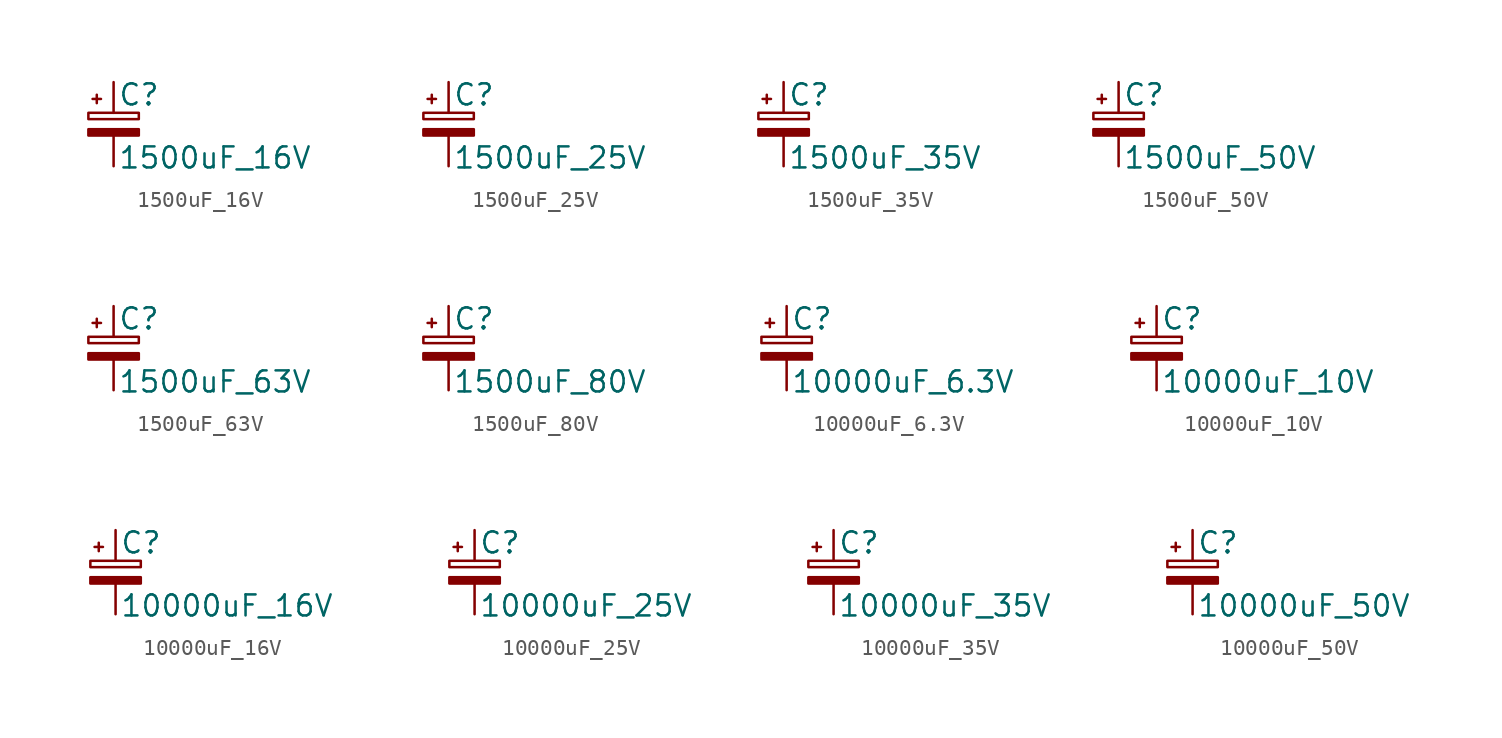
<source format=kicad_sym>
(kicad_symbol_lib
  (version 20211014)
  (generator kicad_symbol_editor)
  (symbol "1500uF_16V"
    (pin_numbers hide)
    (pin_names
      (offset 0.254) hide)
    (property "Reference" "C"
      (at 0.254 1.778 0)
      (effects (font (size 1.27 1.27)) (justify left)))
    (property "Value" "1500uF_16V"
      (at 0.254 -2.032 0)
      (effects (font (size 1.27 1.27)) (justify left)))
    (symbol "1500uF_16V_0_1"
      (rectangle (start -1.524 -0.305) (end 1.524 -0.686) (stroke (width 0) (type default) (color 0 0 0 0)) (fill (type outline)))
      (rectangle (start -1.524 0.686) (end 1.524 0.305) (stroke (width 0) (type default) (color 0 0 0 0)) (fill (type none)))
      (polyline (pts (xy -1.27 1.524) (xy -0.762 1.524)) (stroke (width 0) (type default) (color 0 0 0 0)) (fill (type none)))
      (polyline (pts (xy -1.016 1.27) (xy -1.016 1.778)) (stroke (width 0) (type default) (color 0 0 0 0)) (fill (type none))))
    (symbol "1500uF_16V_1_1"
      (pin passive line (at 0 2.54 270) (length 1.854) (name "~" (effects (font (size 1.27 1.27)))) (number "1" (effects (font (size 1.27 1.27)))))
      (pin passive line (at 0 -2.54 90) (length 1.854) (name "~" (effects (font (size 1.27 1.27)))) (number "2" (effects (font (size 1.27 1.27)))))))
  (symbol "1500uF_25V"
    (pin_numbers hide)
    (pin_names
      (offset 0.254) hide)
    (property "Reference" "C"
      (at 0.254 1.778 0)
      (effects (font (size 1.27 1.27)) (justify left)))
    (property "Value" "1500uF_25V"
      (at 0.254 -2.032 0)
      (effects (font (size 1.27 1.27)) (justify left)))
    (symbol "1500uF_25V_0_1"
      (rectangle (start -1.524 -0.305) (end 1.524 -0.686) (stroke (width 0) (type default) (color 0 0 0 0)) (fill (type outline)))
      (rectangle (start -1.524 0.686) (end 1.524 0.305) (stroke (width 0) (type default) (color 0 0 0 0)) (fill (type none)))
      (polyline (pts (xy -1.27 1.524) (xy -0.762 1.524)) (stroke (width 0) (type default) (color 0 0 0 0)) (fill (type none)))
      (polyline (pts (xy -1.016 1.27) (xy -1.016 1.778)) (stroke (width 0) (type default) (color 0 0 0 0)) (fill (type none))))
    (symbol "1500uF_25V_1_1"
      (pin passive line (at 0 2.54 270) (length 1.854) (name "~" (effects (font (size 1.27 1.27)))) (number "1" (effects (font (size 1.27 1.27)))))
      (pin passive line (at 0 -2.54 90) (length 1.854) (name "~" (effects (font (size 1.27 1.27)))) (number "2" (effects (font (size 1.27 1.27)))))))
  (symbol "1500uF_35V"
    (pin_numbers hide)
    (pin_names
      (offset 0.254) hide)
    (property "Reference" "C"
      (at 0.254 1.778 0)
      (effects (font (size 1.27 1.27)) (justify left)))
    (property "Value" "1500uF_35V"
      (at 0.254 -2.032 0)
      (effects (font (size 1.27 1.27)) (justify left)))
    (symbol "1500uF_35V_0_1"
      (rectangle (start -1.524 -0.305) (end 1.524 -0.686) (stroke (width 0) (type default) (color 0 0 0 0)) (fill (type outline)))
      (rectangle (start -1.524 0.686) (end 1.524 0.305) (stroke (width 0) (type default) (color 0 0 0 0)) (fill (type none)))
      (polyline (pts (xy -1.27 1.524) (xy -0.762 1.524)) (stroke (width 0) (type default) (color 0 0 0 0)) (fill (type none)))
      (polyline (pts (xy -1.016 1.27) (xy -1.016 1.778)) (stroke (width 0) (type default) (color 0 0 0 0)) (fill (type none))))
    (symbol "1500uF_35V_1_1"
      (pin passive line (at 0 2.54 270) (length 1.854) (name "~" (effects (font (size 1.27 1.27)))) (number "1" (effects (font (size 1.27 1.27)))))
      (pin passive line (at 0 -2.54 90) (length 1.854) (name "~" (effects (font (size 1.27 1.27)))) (number "2" (effects (font (size 1.27 1.27)))))))
  (symbol "1500uF_50V"
    (pin_numbers hide)
    (pin_names
      (offset 0.254) hide)
    (property "Reference" "C"
      (at 0.254 1.778 0)
      (effects (font (size 1.27 1.27)) (justify left)))
    (property "Value" "1500uF_50V"
      (at 0.254 -2.032 0)
      (effects (font (size 1.27 1.27)) (justify left)))
    (symbol "1500uF_50V_0_1"
      (rectangle (start -1.524 -0.305) (end 1.524 -0.686) (stroke (width 0) (type default) (color 0 0 0 0)) (fill (type outline)))
      (rectangle (start -1.524 0.686) (end 1.524 0.305) (stroke (width 0) (type default) (color 0 0 0 0)) (fill (type none)))
      (polyline (pts (xy -1.27 1.524) (xy -0.762 1.524)) (stroke (width 0) (type default) (color 0 0 0 0)) (fill (type none)))
      (polyline (pts (xy -1.016 1.27) (xy -1.016 1.778)) (stroke (width 0) (type default) (color 0 0 0 0)) (fill (type none))))
    (symbol "1500uF_50V_1_1"
      (pin passive line (at 0 2.54 270) (length 1.854) (name "~" (effects (font (size 1.27 1.27)))) (number "1" (effects (font (size 1.27 1.27)))))
      (pin passive line (at 0 -2.54 90) (length 1.854) (name "~" (effects (font (size 1.27 1.27)))) (number "2" (effects (font (size 1.27 1.27)))))))
  (symbol "1500uF_63V"
    (pin_numbers hide)
    (pin_names
      (offset 0.254) hide)
    (property "Reference" "C"
      (at 0.254 1.778 0)
      (effects (font (size 1.27 1.27)) (justify left)))
    (property "Value" "1500uF_63V"
      (at 0.254 -2.032 0)
      (effects (font (size 1.27 1.27)) (justify left)))
    (symbol "1500uF_63V_0_1"
      (rectangle (start -1.524 -0.305) (end 1.524 -0.686) (stroke (width 0) (type default) (color 0 0 0 0)) (fill (type outline)))
      (rectangle (start -1.524 0.686) (end 1.524 0.305) (stroke (width 0) (type default) (color 0 0 0 0)) (fill (type none)))
      (polyline (pts (xy -1.27 1.524) (xy -0.762 1.524)) (stroke (width 0) (type default) (color 0 0 0 0)) (fill (type none)))
      (polyline (pts (xy -1.016 1.27) (xy -1.016 1.778)) (stroke (width 0) (type default) (color 0 0 0 0)) (fill (type none))))
    (symbol "1500uF_63V_1_1"
      (pin passive line (at 0 2.54 270) (length 1.854) (name "~" (effects (font (size 1.27 1.27)))) (number "1" (effects (font (size 1.27 1.27)))))
      (pin passive line (at 0 -2.54 90) (length 1.854) (name "~" (effects (font (size 1.27 1.27)))) (number "2" (effects (font (size 1.27 1.27)))))))
  (symbol "1500uF_80V"
    (pin_numbers hide)
    (pin_names
      (offset 0.254) hide)
    (property "Reference" "C"
      (at 0.254 1.778 0)
      (effects (font (size 1.27 1.27)) (justify left)))
    (property "Value" "1500uF_80V"
      (at 0.254 -2.032 0)
      (effects (font (size 1.27 1.27)) (justify left)))
    (symbol "1500uF_80V_0_1"
      (rectangle (start -1.524 -0.305) (end 1.524 -0.686) (stroke (width 0) (type default) (color 0 0 0 0)) (fill (type outline)))
      (rectangle (start -1.524 0.686) (end 1.524 0.305) (stroke (width 0) (type default) (color 0 0 0 0)) (fill (type none)))
      (polyline (pts (xy -1.27 1.524) (xy -0.762 1.524)) (stroke (width 0) (type default) (color 0 0 0 0)) (fill (type none)))
      (polyline (pts (xy -1.016 1.27) (xy -1.016 1.778)) (stroke (width 0) (type default) (color 0 0 0 0)) (fill (type none))))
    (symbol "1500uF_80V_1_1"
      (pin passive line (at 0 2.54 270) (length 1.854) (name "~" (effects (font (size 1.27 1.27)))) (number "1" (effects (font (size 1.27 1.27)))))
      (pin passive line (at 0 -2.54 90) (length 1.854) (name "~" (effects (font (size 1.27 1.27)))) (number "2" (effects (font (size 1.27 1.27)))))))
  (symbol "10000uF_6.3V"
    (pin_numbers hide)
    (pin_names
      (offset 0.254) hide)
    (property "Reference" "C"
      (at 0.254 1.778 0)
      (effects (font (size 1.27 1.27)) (justify left)))
    (property "Value" "10000uF_6.3V"
      (at 0.254 -2.032 0)
      (effects (font (size 1.27 1.27)) (justify left)))
    (symbol "10000uF_6.3V_0_1"
      (rectangle (start -1.524 -0.305) (end 1.524 -0.686) (stroke (width 0) (type default) (color 0 0 0 0)) (fill (type outline)))
      (rectangle (start -1.524 0.686) (end 1.524 0.305) (stroke (width 0) (type default) (color 0 0 0 0)) (fill (type none)))
      (polyline (pts (xy -1.27 1.524) (xy -0.762 1.524)) (stroke (width 0) (type default) (color 0 0 0 0)) (fill (type none)))
      (polyline (pts (xy -1.016 1.27) (xy -1.016 1.778)) (stroke (width 0) (type default) (color 0 0 0 0)) (fill (type none))))
    (symbol "10000uF_6.3V_1_1"
      (pin passive line (at 0 2.54 270) (length 1.854) (name "~" (effects (font (size 1.27 1.27)))) (number "1" (effects (font (size 1.27 1.27)))))
      (pin passive line (at 0 -2.54 90) (length 1.854) (name "~" (effects (font (size 1.27 1.27)))) (number "2" (effects (font (size 1.27 1.27)))))))
  (symbol "10000uF_10V"
    (pin_numbers hide)
    (pin_names
      (offset 0.254) hide)
    (property "Reference" "C"
      (at 0.254 1.778 0)
      (effects (font (size 1.27 1.27)) (justify left)))
    (property "Value" "10000uF_10V"
      (at 0.254 -2.032 0)
      (effects (font (size 1.27 1.27)) (justify left)))
    (symbol "10000uF_10V_0_1"
      (rectangle (start -1.524 -0.305) (end 1.524 -0.686) (stroke (width 0) (type default) (color 0 0 0 0)) (fill (type outline)))
      (rectangle (start -1.524 0.686) (end 1.524 0.305) (stroke (width 0) (type default) (color 0 0 0 0)) (fill (type none)))
      (polyline (pts (xy -1.27 1.524) (xy -0.762 1.524)) (stroke (width 0) (type default) (color 0 0 0 0)) (fill (type none)))
      (polyline (pts (xy -1.016 1.27) (xy -1.016 1.778)) (stroke (width 0) (type default) (color 0 0 0 0)) (fill (type none))))
    (symbol "10000uF_10V_1_1"
      (pin passive line (at 0 2.54 270) (length 1.854) (name "~" (effects (font (size 1.27 1.27)))) (number "1" (effects (font (size 1.27 1.27)))))
      (pin passive line (at 0 -2.54 90) (length 1.854) (name "~" (effects (font (size 1.27 1.27)))) (number "2" (effects (font (size 1.27 1.27)))))))
  (symbol "10000uF_16V"
    (pin_numbers hide)
    (pin_names
      (offset 0.254) hide)
    (property "Reference" "C"
      (at 0.254 1.778 0)
      (effects (font (size 1.27 1.27)) (justify left)))
    (property "Value" "10000uF_16V"
      (at 0.254 -2.032 0)
      (effects (font (size 1.27 1.27)) (justify left)))
    (symbol "10000uF_16V_0_1"
      (rectangle (start -1.524 -0.305) (end 1.524 -0.686) (stroke (width 0) (type default) (color 0 0 0 0)) (fill (type outline)))
      (rectangle (start -1.524 0.686) (end 1.524 0.305) (stroke (width 0) (type default) (color 0 0 0 0)) (fill (type none)))
      (polyline (pts (xy -1.27 1.524) (xy -0.762 1.524)) (stroke (width 0) (type default) (color 0 0 0 0)) (fill (type none)))
      (polyline (pts (xy -1.016 1.27) (xy -1.016 1.778)) (stroke (width 0) (type default) (color 0 0 0 0)) (fill (type none))))
    (symbol "10000uF_16V_1_1"
      (pin passive line (at 0 2.54 270) (length 1.854) (name "~" (effects (font (size 1.27 1.27)))) (number "1" (effects (font (size 1.27 1.27)))))
      (pin passive line (at 0 -2.54 90) (length 1.854) (name "~" (effects (font (size 1.27 1.27)))) (number "2" (effects (font (size 1.27 1.27)))))))
  (symbol "10000uF_25V"
    (pin_numbers hide)
    (pin_names
      (offset 0.254) hide)
    (property "Reference" "C"
      (at 0.254 1.778 0)
      (effects (font (size 1.27 1.27)) (justify left)))
    (property "Value" "10000uF_25V"
      (at 0.254 -2.032 0)
      (effects (font (size 1.27 1.27)) (justify left)))
    (symbol "10000uF_25V_0_1"
      (rectangle (start -1.524 -0.305) (end 1.524 -0.686) (stroke (width 0) (type default) (color 0 0 0 0)) (fill (type outline)))
      (rectangle (start -1.524 0.686) (end 1.524 0.305) (stroke (width 0) (type default) (color 0 0 0 0)) (fill (type none)))
      (polyline (pts (xy -1.27 1.524) (xy -0.762 1.524)) (stroke (width 0) (type default) (color 0 0 0 0)) (fill (type none)))
      (polyline (pts (xy -1.016 1.27) (xy -1.016 1.778)) (stroke (width 0) (type default) (color 0 0 0 0)) (fill (type none))))
    (symbol "10000uF_25V_1_1"
      (pin passive line (at 0 2.54 270) (length 1.854) (name "~" (effects (font (size 1.27 1.27)))) (number "1" (effects (font (size 1.27 1.27)))))
      (pin passive line (at 0 -2.54 90) (length 1.854) (name "~" (effects (font (size 1.27 1.27)))) (number "2" (effects (font (size 1.27 1.27)))))))
  (symbol "10000uF_35V"
    (pin_numbers hide)
    (pin_names
      (offset 0.254) hide)
    (property "Reference" "C"
      (at 0.254 1.778 0)
      (effects (font (size 1.27 1.27)) (justify left)))
    (property "Value" "10000uF_35V"
      (at 0.254 -2.032 0)
      (effects (font (size 1.27 1.27)) (justify left)))
    (symbol "10000uF_35V_0_1"
      (rectangle (start -1.524 -0.305) (end 1.524 -0.686) (stroke (width 0) (type default) (color 0 0 0 0)) (fill (type outline)))
      (rectangle (start -1.524 0.686) (end 1.524 0.305) (stroke (width 0) (type default) (color 0 0 0 0)) (fill (type none)))
      (polyline (pts (xy -1.27 1.524) (xy -0.762 1.524)) (stroke (width 0) (type default) (color 0 0 0 0)) (fill (type none)))
      (polyline (pts (xy -1.016 1.27) (xy -1.016 1.778)) (stroke (width 0) (type default) (color 0 0 0 0)) (fill (type none))))
    (symbol "10000uF_35V_1_1"
      (pin passive line (at 0 2.54 270) (length 1.854) (name "~" (effects (font (size 1.27 1.27)))) (number "1" (effects (font (size 1.27 1.27)))))
      (pin passive line (at 0 -2.54 90) (length 1.854) (name "~" (effects (font (size 1.27 1.27)))) (number "2" (effects (font (size 1.27 1.27)))))))
  (symbol "10000uF_50V"
    (pin_numbers hide)
    (pin_names
      (offset 0.254) hide)
    (property "Reference" "C"
      (at 0.254 1.778 0)
      (effects (font (size 1.27 1.27)) (justify left)))
    (property "Value" "10000uF_50V"
      (at 0.254 -2.032 0)
      (effects (font (size 1.27 1.27)) (justify left)))
    (symbol "10000uF_50V_0_1"
      (rectangle (start -1.524 -0.305) (end 1.524 -0.686) (stroke (width 0) (type default) (color 0 0 0 0)) (fill (type outline)))
      (rectangle (start -1.524 0.686) (end 1.524 0.305) (stroke (width 0) (type default) (color 0 0 0 0)) (fill (type none)))
      (polyline (pts (xy -1.27 1.524) (xy -0.762 1.524)) (stroke (width 0) (type default) (color 0 0 0 0)) (fill (type none)))
      (polyline (pts (xy -1.016 1.27) (xy -1.016 1.778)) (stroke (width 0) (type default) (color 0 0 0 0)) (fill (type none))))
    (symbol "10000uF_50V_1_1"
      (pin passive line (at 0 2.54 270) (length 1.854) (name "~" (effects (font (size 1.27 1.27)))) (number "1" (effects (font (size 1.27 1.27)))))
      (pin passive line (at 0 -2.54 90) (length 1.854) (name "~" (effects (font (size 1.27 1.27)))) (number "2" (effects (font (size 1.27 1.27))))))))
</source>
